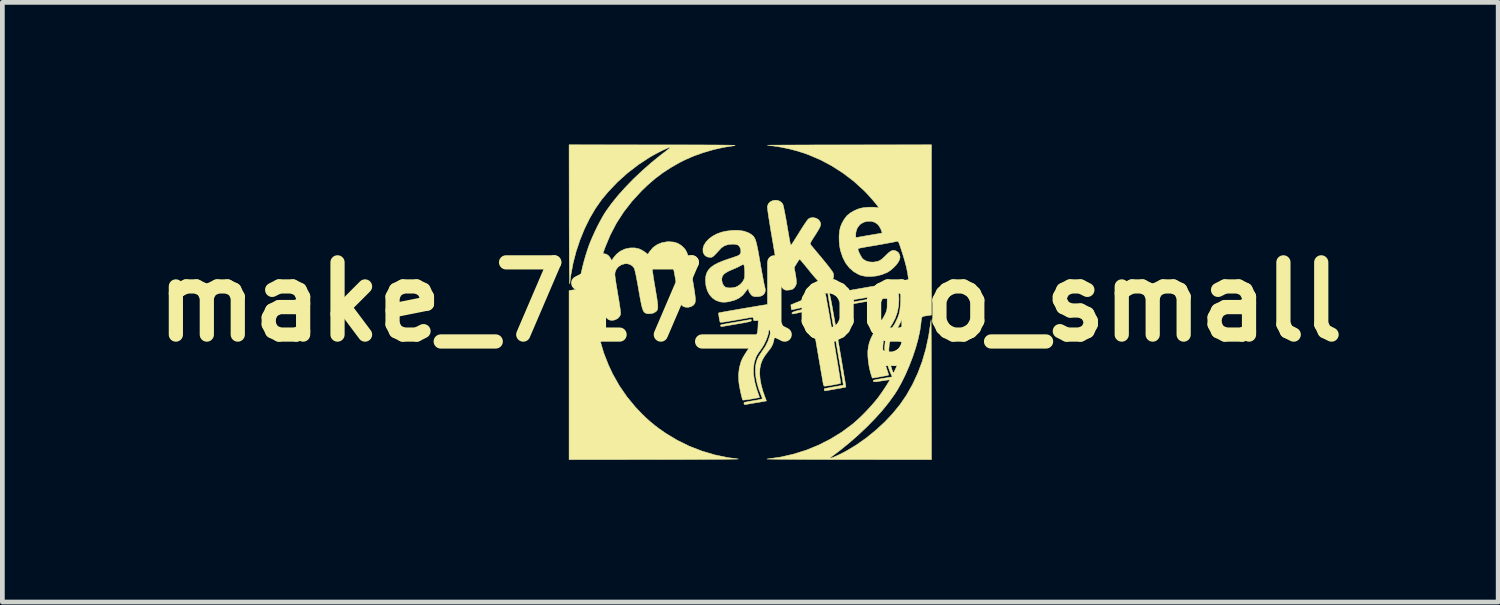
<source format=kicad_pcb>
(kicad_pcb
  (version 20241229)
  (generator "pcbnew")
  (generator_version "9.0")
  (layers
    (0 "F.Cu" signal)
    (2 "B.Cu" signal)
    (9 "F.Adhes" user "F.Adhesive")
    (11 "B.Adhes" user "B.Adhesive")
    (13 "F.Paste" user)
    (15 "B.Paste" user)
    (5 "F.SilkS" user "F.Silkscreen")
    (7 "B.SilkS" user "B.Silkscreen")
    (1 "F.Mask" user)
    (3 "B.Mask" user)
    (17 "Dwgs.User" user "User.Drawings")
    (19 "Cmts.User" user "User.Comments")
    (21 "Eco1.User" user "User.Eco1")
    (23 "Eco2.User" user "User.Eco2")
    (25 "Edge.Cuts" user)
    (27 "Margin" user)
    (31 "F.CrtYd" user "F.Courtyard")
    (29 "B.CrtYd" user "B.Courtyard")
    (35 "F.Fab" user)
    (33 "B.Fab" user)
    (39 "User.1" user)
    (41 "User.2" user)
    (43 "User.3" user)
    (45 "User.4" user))
  (footprint "make_717_logo_small"
    (layer "F.Cu")
    (at 12.78 3.32)
    (property "Reference" "make_717_logo_small" (at 0 0 0) (layer "F.SilkS") (effects (font (size 1.524 1.524) (thickness 0.3))))
    (attr through_hole)
    (fp_poly (pts (xy 1.171 0.163) (xy 1.18 0.179) (xy 1.178 0.185) (xy 1.163 0.191) (xy 1.129 0.201) (xy 1.084 0.213) (xy 1.032 0.226) (xy 0.98 0.238) (xy 0.936 0.247) (xy 0.904 0.253) (xy 0.893 0.254) (xy 0.879 0.244) (xy 0.879 0.232) (xy 0.892 0.22) (xy 0.925 0.205) (xy 0.971 0.191) (xy 1.023 0.177) (xy 1.075 0.166) (xy 1.121 0.159) (xy 1.156 0.158) (xy 1.171 0.163)) (stroke (width 0.01) (type solid)) (fill yes) (layer "F.SilkS"))
    (fp_poly (pts (xy 0.025 0.388) (xy 0.025 0.39) (xy 0.023 0.397) (xy 0.015 0.405) (xy -0.003 0.412) (xy -0.032 0.42) (xy -0.076 0.429) (xy -0.137 0.441) (xy -0.219 0.455) (xy -0.289 0.467) (xy -0.375 0.482) (xy -0.453 0.495) (xy -0.519 0.506) (xy -0.57 0.515) (xy -0.602 0.52) (xy -0.611 0.521) (xy -0.623 0.511) (xy -0.627 0.502) (xy -0.629 0.496) (xy -0.629 0.491) (xy -0.624 0.487) (xy -0.612 0.482) (xy -0.589 0.476) (xy -0.553 0.469) (xy -0.502 0.46) (xy -0.431 0.447) (xy -0.34 0.432) (xy -0.298 0.425) (xy -0.218 0.411) (xy -0.144 0.398) (xy -0.081 0.387) (xy -0.034 0.379) (xy -0.007 0.373) (xy -0.003 0.372) (xy 0.019 0.372) (xy 0.025 0.388)) (stroke (width 0.01) (type solid)) (fill yes) (layer "F.SilkS"))
    (fp_poly (pts (xy 2.756 -0.091) (xy 2.756 -0.083) (xy 2.756 -0.076) (xy 2.753 -0.07) (xy 2.746 -0.065) (xy 2.73 -0.06) (xy 2.703 -0.053) (xy 2.663 -0.046) (xy 2.607 -0.035) (xy 2.531 -0.022) (xy 2.433 -0.006) (xy 2.432 -0.006) (xy 2.351 0.008) (xy 2.278 0.021) (xy 2.216 0.032) (xy 2.169 0.04) (xy 2.142 0.045) (xy 2.138 0.046) (xy 2.113 0.046) (xy 2.102 0.038) (xy 2.098 0.021) (xy 2.1 0.017) (xy 2.113 0.014) (xy 2.146 0.007) (xy 2.197 -0.003) (xy 2.261 -0.015) (xy 2.334 -0.028) (xy 2.411 -0.042) (xy 2.49 -0.057) (xy 2.565 -0.07) (xy 2.632 -0.082) (xy 2.689 -0.092) (xy 2.73 -0.098) (xy 2.751 -0.101) (xy 2.753 -0.102) (xy 2.756 -0.091)) (stroke (width 0.01) (type solid)) (fill yes) (layer "F.SilkS"))
    (fp_poly (pts (xy 1.664 -0.184) (xy 1.669 -0.173) (xy 1.676 -0.153) (xy 1.683 -0.123) (xy 1.693 -0.081) (xy 1.704 -0.025) (xy 1.718 0.045) (xy 1.734 0.132) (xy 1.752 0.237) (xy 1.774 0.361) (xy 1.8 0.506) (xy 1.829 0.674) (xy 1.851 0.804) (xy 1.878 0.959) (xy 1.903 1.107) (xy 1.927 1.245) (xy 1.948 1.372) (xy 1.967 1.487) (xy 1.984 1.586) (xy 1.998 1.668) (xy 2.008 1.732) (xy 2.015 1.775) (xy 2.017 1.795) (xy 2.017 1.797) (xy 2.004 1.8) (xy 1.97 1.807) (xy 1.92 1.817) (xy 1.858 1.828) (xy 1.822 1.834) (xy 1.753 1.846) (xy 1.69 1.857) (xy 1.639 1.866) (xy 1.605 1.873) (xy 1.597 1.874) (xy 1.572 1.877) (xy 1.563 1.865) (xy 1.562 1.855) (xy 1.563 1.834) (xy 1.565 1.828) (xy 1.578 1.826) (xy 1.612 1.82) (xy 1.662 1.811) (xy 1.724 1.799) (xy 1.765 1.792) (xy 1.962 1.757) (xy 1.958 1.72) (xy 1.955 1.701) (xy 1.949 1.66) (xy 1.938 1.598) (xy 1.924 1.517) (xy 1.908 1.419) (xy 1.889 1.307) (xy 1.867 1.182) (xy 1.844 1.046) (xy 1.819 0.902) (xy 1.796 0.768) (xy 1.77 0.619) (xy 1.746 0.476) (xy 1.723 0.343) (xy 1.702 0.22) (xy 1.684 0.111) (xy 1.668 0.017) (xy 1.655 -0.061) (xy 1.646 -0.119) (xy 1.64 -0.156) (xy 1.638 -0.169) (xy 1.647 -0.187) (xy 1.66 -0.188) (xy 1.664 -0.184)) (stroke (width 0.01) (type solid)) (fill yes) (layer "F.SilkS"))
    (fp_poly (pts (xy 1.584 -0.173) (xy 1.588 -0.159) (xy 1.596 -0.122) (xy 1.606 -0.065) (xy 1.62 0.009) (xy 1.636 0.099) (xy 1.655 0.203) (xy 1.675 0.317) (xy 1.696 0.439) (xy 1.719 0.567) (xy 1.741 0.699) (xy 1.764 0.833) (xy 1.787 0.965) (xy 1.808 1.094) (xy 1.829 1.217) (xy 1.848 1.332) (xy 1.865 1.436) (xy 1.88 1.528) (xy 1.892 1.604) (xy 1.901 1.662) (xy 1.906 1.701) (xy 1.907 1.717) (xy 1.907 1.717) (xy 1.892 1.722) (xy 1.858 1.73) (xy 1.811 1.739) (xy 1.756 1.75) (xy 1.699 1.76) (xy 1.645 1.769) (xy 1.602 1.775) (xy 1.574 1.778) (xy 1.57 1.778) (xy 1.552 1.767) (xy 1.543 1.749) (xy 1.54 1.732) (xy 1.533 1.692) (xy 1.522 1.631) (xy 1.509 1.552) (xy 1.492 1.458) (xy 1.474 1.349) (xy 1.453 1.23) (xy 1.431 1.101) (xy 1.41 0.978) (xy 1.387 0.843) (xy 1.365 0.715) (xy 1.345 0.596) (xy 1.326 0.489) (xy 1.31 0.396) (xy 1.296 0.319) (xy 1.286 0.26) (xy 1.279 0.221) (xy 1.276 0.206) (xy 1.261 0.183) (xy 1.246 0.178) (xy 1.226 0.169) (xy 1.215 0.139) (xy 1.214 0.135) (xy 1.206 0.093) (xy 1.041 0.13) (xy 0.979 0.144) (xy 0.928 0.155) (xy 0.89 0.162) (xy 0.872 0.164) (xy 0.87 0.163) (xy 0.866 0.149) (xy 0.862 0.119) (xy 0.861 0.11) (xy 0.857 0.061) (xy 1.104 -0.041) (xy 1.211 -0.083) (xy 1.299 -0.116) (xy 1.371 -0.139) (xy 1.433 -0.155) (xy 1.464 -0.161) (xy 1.515 -0.169) (xy 1.555 -0.173) (xy 1.58 -0.174) (xy 1.584 -0.173)) (stroke (width 0.01) (type solid)) (fill yes) (layer "F.SilkS"))
    (fp_poly (pts (xy 0.515 0.169) (xy 0.531 0.307) (xy 0.537 0.448) (xy 0.533 0.585) (xy 0.518 0.709) (xy 0.511 0.749) (xy 0.495 0.819) (xy 0.481 0.872) (xy 0.464 0.914) (xy 0.443 0.954) (xy 0.413 0.997) (xy 0.37 1.052) (xy 0.363 1.061) (xy 0.302 1.144) (xy 0.258 1.219) (xy 0.228 1.294) (xy 0.209 1.375) (xy 0.203 1.409) (xy 0.198 1.509) (xy 0.207 1.625) (xy 0.23 1.751) (xy 0.266 1.883) (xy 0.311 2.009) (xy 0.327 2.049) (xy 0.337 2.078) (xy 0.34 2.089) (xy 0.327 2.092) (xy 0.293 2.098) (xy 0.242 2.107) (xy 0.179 2.118) (xy 0.127 2.126) (xy 0.056 2.138) (xy -0.008 2.149) (xy -0.059 2.158) (xy -0.092 2.164) (xy -0.103 2.167) (xy -0.125 2.162) (xy -0.132 2.151) (xy -0.133 2.129) (xy -0.128 2.121) (xy -0.111 2.117) (xy -0.074 2.109) (xy -0.022 2.099) (xy 0.041 2.088) (xy 0.07 2.084) (xy 0.154 2.069) (xy 0.212 2.056) (xy 0.246 2.046) (xy 0.254 2.038) (xy 0.249 2.019) (xy 0.236 1.985) (xy 0.222 1.95) (xy 0.177 1.834) (xy 0.143 1.713) (xy 0.119 1.592) (xy 0.108 1.477) (xy 0.11 1.376) (xy 0.113 1.346) (xy 0.128 1.274) (xy 0.148 1.211) (xy 0.178 1.15) (xy 0.221 1.083) (xy 0.247 1.045) (xy 0.322 0.933) (xy 0.376 0.822) (xy 0.414 0.707) (xy 0.436 0.582) (xy 0.444 0.441) (xy 0.444 0.413) (xy 0.442 0.339) (xy 0.438 0.262) (xy 0.432 0.193) (xy 0.426 0.146) (xy 0.419 0.099) (xy 0.413 0.063) (xy 0.411 0.044) (xy 0.411 0.043) (xy 0.423 0.04) (xy 0.451 0.035) (xy 0.453 0.034) (xy 0.492 0.027) (xy 0.515 0.169)) (stroke (width 0.01) (type solid)) (fill yes) (layer "F.SilkS"))
    (fp_poly (pts (xy 3.1 -0.398) (xy 3.106 -0.363) (xy 3.113 -0.314) (xy 3.12 -0.256) (xy 3.127 -0.194) (xy 3.132 -0.136) (xy 3.135 -0.085) (xy 3.136 -0.051) (xy 3.128 0.09) (xy 3.102 0.22) (xy 3.058 0.344) (xy 2.993 0.469) (xy 2.914 0.586) (xy 2.864 0.664) (xy 2.829 0.743) (xy 2.808 0.83) (xy 2.798 0.933) (xy 2.798 1.056) (xy 2.814 1.179) (xy 2.845 1.309) (xy 2.878 1.411) (xy 2.896 1.464) (xy 2.91 1.507) (xy 2.917 1.535) (xy 2.918 1.544) (xy 2.904 1.548) (xy 2.87 1.556) (xy 2.82 1.565) (xy 2.759 1.576) (xy 2.744 1.579) (xy 2.576 1.608) (xy 2.564 1.578) (xy 2.534 1.482) (xy 2.509 1.373) (xy 2.491 1.258) (xy 2.481 1.147) (xy 2.48 1.048) (xy 2.481 1.031) (xy 2.492 0.944) (xy 2.511 0.862) (xy 2.54 0.782) (xy 2.581 0.697) (xy 2.637 0.603) (xy 2.677 0.541) (xy 2.722 0.473) (xy 2.765 0.404) (xy 2.803 0.34) (xy 2.832 0.288) (xy 2.842 0.267) (xy 2.864 0.219) (xy 2.877 0.18) (xy 2.885 0.141) (xy 2.888 0.093) (xy 2.888 0.051) (xy 2.889 -0.07) (xy 2.842 -0.07) (xy 2.81 -0.072) (xy 2.797 -0.081) (xy 2.794 -0.105) (xy 2.794 -0.113) (xy 2.792 -0.141) (xy 2.782 -0.15) (xy 2.765 -0.148) (xy 2.74 -0.143) (xy 2.695 -0.135) (xy 2.635 -0.124) (xy 2.564 -0.112) (xy 2.487 -0.098) (xy 2.407 -0.085) (xy 2.328 -0.072) (xy 2.256 -0.06) (xy 2.194 -0.05) (xy 2.147 -0.043) (xy 2.118 -0.039) (xy 2.112 -0.038) (xy 2.099 -0.042) (xy 2.089 -0.057) (xy 2.08 -0.087) (xy 2.072 -0.134) (xy 2.064 -0.181) (xy 2.06 -0.216) (xy 2.059 -0.234) (xy 2.06 -0.235) (xy 2.073 -0.238) (xy 2.107 -0.245) (xy 2.161 -0.255) (xy 2.23 -0.267) (xy 2.311 -0.281) (xy 2.401 -0.297) (xy 2.497 -0.314) (xy 2.595 -0.331) (xy 2.693 -0.348) (xy 2.787 -0.364) (xy 2.874 -0.378) (xy 2.951 -0.391) (xy 3.015 -0.402) (xy 3.062 -0.409) (xy 3.09 -0.413) (xy 3.096 -0.414) (xy 3.1 -0.398)) (stroke (width 0.01) (type solid)) (fill yes) (layer "F.SilkS"))
    (fp_poly (pts (xy 0.368 0.069) (xy 0.374 0.102) (xy 0.382 0.149) (xy 0.389 0.192) (xy 0.399 0.288) (xy 0.403 0.393) (xy 0.401 0.497) (xy 0.393 0.594) (xy 0.379 0.676) (xy 0.375 0.692) (xy 0.339 0.795) (xy 0.289 0.9) (xy 0.23 0.995) (xy 0.209 1.023) (xy 0.174 1.071) (xy 0.141 1.123) (xy 0.12 1.164) (xy 0.084 1.273) (xy 0.067 1.396) (xy 0.069 1.531) (xy 0.091 1.676) (xy 0.131 1.828) (xy 0.164 1.924) (xy 0.18 1.968) (xy 0.19 2.001) (xy 0.193 2.018) (xy 0.193 2.019) (xy 0.178 2.022) (xy 0.143 2.027) (xy 0.092 2.036) (xy 0.031 2.047) (xy 0.016 2.05) (xy -0.047 2.06) (xy -0.099 2.067) (xy -0.138 2.071) (xy -0.157 2.071) (xy -0.159 2.07) (xy -0.168 2.047) (xy -0.18 2.004) (xy -0.194 1.947) (xy -0.208 1.883) (xy -0.221 1.816) (xy -0.233 1.753) (xy -0.24 1.7) (xy -0.241 1.695) (xy -0.248 1.539) (xy -0.232 1.395) (xy -0.195 1.262) (xy -0.166 1.195) (xy -0.145 1.157) (xy -0.113 1.105) (xy -0.075 1.045) (xy -0.035 0.984) (xy -0.031 0.978) (xy 0.011 0.914) (xy 0.051 0.848) (xy 0.087 0.787) (xy 0.112 0.738) (xy 0.113 0.737) (xy 0.135 0.688) (xy 0.149 0.648) (xy 0.157 0.606) (xy 0.161 0.553) (xy 0.163 0.517) (xy 0.168 0.391) (xy 0.119 0.396) (xy 0.087 0.397) (xy 0.072 0.39) (xy 0.067 0.368) (xy 0.066 0.359) (xy 0.061 0.332) (xy 0.048 0.323) (xy 0.028 0.325) (xy 0.006 0.329) (xy -0.037 0.336) (xy -0.097 0.347) (xy -0.171 0.36) (xy -0.254 0.374) (xy -0.321 0.386) (xy -0.418 0.402) (xy -0.492 0.415) (xy -0.548 0.423) (xy -0.587 0.429) (xy -0.613 0.43) (xy -0.628 0.429) (xy -0.637 0.425) (xy -0.64 0.418) (xy -0.641 0.414) (xy -0.651 0.367) (xy -0.659 0.32) (xy -0.665 0.276) (xy -0.669 0.245) (xy -0.668 0.232) (xy -0.655 0.229) (xy -0.62 0.222) (xy -0.567 0.212) (xy -0.498 0.2) (xy -0.417 0.185) (xy -0.326 0.17) (xy -0.231 0.153) (xy -0.132 0.136) (xy -0.035 0.12) (xy 0.059 0.104) (xy 0.146 0.089) (xy 0.223 0.076) (xy 0.286 0.066) (xy 0.332 0.059) (xy 0.359 0.055) (xy 0.364 0.055) (xy 0.368 0.069)) (stroke (width 0.01) (type solid)) (fill yes) (layer "F.SilkS"))
    (fp_poly (pts (xy 0.577 -2.142) (xy 0.628 -2.122) (xy 0.67 -2.086) (xy 0.689 -2.056) (xy 0.696 -2.033) (xy 0.706 -1.988) (xy 0.719 -1.925) (xy 0.734 -1.848) (xy 0.751 -1.76) (xy 0.768 -1.663) (xy 0.774 -1.626) (xy 0.794 -1.509) (xy 0.81 -1.415) (xy 0.823 -1.342) (xy 0.833 -1.286) (xy 0.841 -1.247) (xy 0.847 -1.221) (xy 0.852 -1.206) (xy 0.857 -1.2) (xy 0.861 -1.2) (xy 0.866 -1.205) (xy 0.869 -1.208) (xy 0.88 -1.224) (xy 0.902 -1.257) (xy 0.933 -1.306) (xy 0.972 -1.367) (xy 1.015 -1.436) (xy 1.04 -1.476) (xy 1.086 -1.549) (xy 1.129 -1.616) (xy 1.168 -1.673) (xy 1.199 -1.718) (xy 1.221 -1.745) (xy 1.228 -1.752) (xy 1.275 -1.774) (xy 1.33 -1.779) (xy 1.385 -1.767) (xy 1.433 -1.741) (xy 1.467 -1.702) (xy 1.479 -1.675) (xy 1.485 -1.649) (xy 1.484 -1.621) (xy 1.473 -1.588) (xy 1.453 -1.546) (xy 1.421 -1.492) (xy 1.377 -1.421) (xy 1.355 -1.387) (xy 1.316 -1.326) (xy 1.289 -1.282) (xy 1.273 -1.252) (xy 1.266 -1.231) (xy 1.267 -1.218) (xy 1.272 -1.21) (xy 1.284 -1.194) (xy 1.311 -1.162) (xy 1.349 -1.116) (xy 1.396 -1.059) (xy 1.451 -0.994) (xy 1.511 -0.922) (xy 1.513 -0.92) (xy 1.579 -0.839) (xy 1.638 -0.766) (xy 1.686 -0.703) (xy 1.723 -0.653) (xy 1.745 -0.619) (xy 1.752 -0.605) (xy 1.76 -0.544) (xy 1.746 -0.487) (xy 1.714 -0.439) (xy 1.665 -0.403) (xy 1.604 -0.383) (xy 1.573 -0.381) (xy 1.54 -0.383) (xy 1.51 -0.392) (xy 1.478 -0.408) (xy 1.443 -0.435) (xy 1.403 -0.474) (xy 1.355 -0.527) (xy 1.296 -0.597) (xy 1.239 -0.667) (xy 1.186 -0.733) (xy 1.138 -0.791) (xy 1.097 -0.84) (xy 1.066 -0.877) (xy 1.047 -0.898) (xy 1.042 -0.902) (xy 1.032 -0.892) (xy 1.013 -0.865) (xy 0.988 -0.827) (xy 0.981 -0.815) (xy 0.927 -0.728) (xy 0.954 -0.583) (xy 0.964 -0.52) (xy 0.971 -0.461) (xy 0.974 -0.414) (xy 0.974 -0.389) (xy 0.956 -0.338) (xy 0.922 -0.292) (xy 0.889 -0.267) (xy 0.858 -0.257) (xy 0.814 -0.25) (xy 0.77 -0.248) (xy 0.741 -0.25) (xy 0.705 -0.268) (xy 0.669 -0.302) (xy 0.642 -0.344) (xy 0.636 -0.36) (xy 0.632 -0.379) (xy 0.624 -0.421) (xy 0.612 -0.484) (xy 0.597 -0.565) (xy 0.58 -0.662) (xy 0.56 -0.773) (xy 0.539 -0.895) (xy 0.516 -1.026) (xy 0.492 -1.164) (xy 0.489 -1.185) (xy 0.458 -1.366) (xy 0.431 -1.523) (xy 0.41 -1.656) (xy 0.392 -1.768) (xy 0.378 -1.858) (xy 0.369 -1.927) (xy 0.363 -1.977) (xy 0.361 -2.009) (xy 0.362 -2.019) (xy 0.382 -2.071) (xy 0.419 -2.11) (xy 0.467 -2.135) (xy 0.522 -2.146) (xy 0.577 -2.142)) (stroke (width 0.01) (type solid)) (fill yes) (layer "F.SilkS"))
    (fp_poly (pts (xy -0.129 -1.492) (xy -0.035 -1.457) (xy -0.011 -1.444) (xy 0.02 -1.424) (xy 0.046 -1.405) (xy 0.068 -1.383) (xy 0.087 -1.356) (xy 0.104 -1.321) (xy 0.12 -1.275) (xy 0.135 -1.217) (xy 0.151 -1.144) (xy 0.169 -1.052) (xy 0.189 -0.939) (xy 0.205 -0.849) (xy 0.223 -0.744) (xy 0.241 -0.644) (xy 0.258 -0.553) (xy 0.273 -0.474) (xy 0.285 -0.41) (xy 0.294 -0.366) (xy 0.299 -0.347) (xy 0.315 -0.277) (xy 0.316 -0.224) (xy 0.302 -0.183) (xy 0.272 -0.149) (xy 0.252 -0.135) (xy 0.213 -0.119) (xy 0.16 -0.112) (xy 0.105 -0.112) (xy 0.059 -0.12) (xy 0.047 -0.126) (xy 0.02 -0.149) (xy -0.007 -0.185) (xy -0.029 -0.224) (xy -0.038 -0.257) (xy -0.038 -0.259) (xy -0.042 -0.277) (xy -0.056 -0.273) (xy -0.078 -0.245) (xy -0.093 -0.223) (xy -0.158 -0.142) (xy -0.24 -0.079) (xy -0.341 -0.033) (xy -0.46 -0.003) (xy -0.521 0.005) (xy -0.571 0.006) (xy -0.623 0.001) (xy -0.632 -0.000224) (xy -0.722 -0.031) (xy -0.798 -0.082) (xy -0.86 -0.152) (xy -0.906 -0.238) (xy -0.935 -0.339) (xy -0.945 -0.454) (xy -0.945 -0.457) (xy -0.944 -0.465) (xy -0.602 -0.465) (xy -0.591 -0.402) (xy -0.565 -0.349) (xy -0.526 -0.312) (xy -0.524 -0.311) (xy -0.483 -0.299) (xy -0.427 -0.295) (xy -0.366 -0.3) (xy -0.307 -0.313) (xy -0.272 -0.328) (xy -0.211 -0.37) (xy -0.16 -0.426) (xy -0.128 -0.487) (xy -0.127 -0.49) (xy -0.12 -0.526) (xy -0.117 -0.577) (xy -0.117 -0.637) (xy -0.121 -0.697) (xy -0.126 -0.747) (xy -0.134 -0.777) (xy -0.141 -0.788) (xy -0.153 -0.789) (xy -0.177 -0.779) (xy -0.208 -0.763) (xy -0.252 -0.74) (xy -0.309 -0.713) (xy -0.367 -0.688) (xy -0.375 -0.685) (xy -0.459 -0.648) (xy -0.52 -0.613) (xy -0.563 -0.579) (xy -0.589 -0.542) (xy -0.6 -0.499) (xy -0.602 -0.465) (xy -0.944 -0.465) (xy -0.939 -0.538) (xy -0.92 -0.608) (xy -0.886 -0.67) (xy -0.836 -0.725) (xy -0.767 -0.776) (xy -0.678 -0.823) (xy -0.566 -0.869) (xy -0.472 -0.902) (xy -0.404 -0.924) (xy -0.343 -0.945) (xy -0.293 -0.963) (xy -0.259 -0.975) (xy -0.25 -0.979) (xy -0.214 -1.008) (xy -0.198 -1.051) (xy -0.202 -1.106) (xy -0.205 -1.117) (xy -0.225 -1.166) (xy -0.256 -1.197) (xy -0.301 -1.214) (xy -0.365 -1.219) (xy -0.368 -1.219) (xy -0.464 -1.211) (xy -0.544 -1.185) (xy -0.609 -1.141) (xy -0.624 -1.125) (xy -0.682 -1.062) (xy -0.726 -1.015) (xy -0.758 -0.982) (xy -0.782 -0.961) (xy -0.801 -0.948) (xy -0.817 -0.942) (xy -0.834 -0.94) (xy -0.854 -0.94) (xy -0.913 -0.951) (xy -0.96 -0.984) (xy -0.99 -1.033) (xy -0.997 -1.059) (xy -0.998 -1.128) (xy -0.976 -1.198) (xy -0.933 -1.266) (xy -0.873 -1.329) (xy -0.797 -1.386) (xy -0.708 -1.434) (xy -0.608 -1.471) (xy -0.516 -1.492) (xy -0.369 -1.51) (xy -0.241 -1.51) (xy -0.129 -1.492)) (stroke (width 0.01) (type solid)) (fill yes) (layer "F.SilkS"))
    (fp_poly (pts (xy -2.016 -3.313) (xy -1.765 -3.313) (xy -1.537 -3.313) (xy -1.333 -3.313) (xy -1.152 -3.312) (xy -0.991 -3.312) (xy -0.851 -3.311) (xy -0.73 -3.311) (xy -0.626 -3.31) (xy -0.54 -3.309) (xy -0.47 -3.308) (xy -0.414 -3.307) (xy -0.373 -3.306) (xy -0.344 -3.304) (xy -0.327 -3.303) (xy -0.32 -3.301) (xy -0.324 -3.299) (xy -0.335 -3.297) (xy -0.346 -3.295) (xy -0.557 -3.262) (xy -0.772 -3.214) (xy -0.986 -3.152) (xy -1.191 -3.079) (xy -1.382 -2.996) (xy -1.486 -2.944) (xy -1.676 -2.835) (xy -1.848 -2.723) (xy -2.009 -2.602) (xy -2.165 -2.467) (xy -2.293 -2.344) (xy -2.493 -2.127) (xy -2.67 -1.9) (xy -2.824 -1.662) (xy -2.954 -1.413) (xy -3.062 -1.154) (xy -3.072 -1.127) (xy -3.111 -1.016) (xy -3.075 -1.016) (xy -3.03 -1.004) (xy -2.986 -0.971) (xy -2.95 -0.922) (xy -2.948 -0.917) (xy -2.924 -0.872) (xy -2.892 -0.922) (xy -2.823 -1.006) (xy -2.739 -1.072) (xy -2.642 -1.117) (xy -2.534 -1.139) (xy -2.53 -1.139) (xy -2.433 -1.139) (xy -2.348 -1.121) (xy -2.27 -1.083) (xy -2.236 -1.06) (xy -2.162 -1.005) (xy -2.115 -1.073) (xy -2.047 -1.151) (xy -1.962 -1.21) (xy -1.864 -1.25) (xy -1.755 -1.269) (xy -1.715 -1.27) (xy -1.618 -1.263) (xy -1.536 -1.239) (xy -1.465 -1.197) (xy -1.437 -1.174) (xy -1.408 -1.147) (xy -1.384 -1.12) (xy -1.363 -1.091) (xy -1.344 -1.056) (xy -1.327 -1.014) (xy -1.311 -0.96) (xy -1.295 -0.894) (xy -1.278 -0.811) (xy -1.259 -0.71) (xy -1.237 -0.586) (xy -1.231 -0.55) (xy -1.209 -0.419) (xy -1.191 -0.311) (xy -1.177 -0.223) (xy -1.167 -0.152) (xy -1.161 -0.096) (xy -1.158 -0.053) (xy -1.159 -0.02) (xy -1.163 0.006) (xy -1.169 0.027) (xy -1.174 0.037) (xy -1.207 0.075) (xy -1.255 0.101) (xy -1.312 0.114) (xy -1.369 0.111) (xy -1.419 0.093) (xy -1.432 0.083) (xy -1.462 0.052) (xy -1.483 0.019) (xy -1.484 0.016) (xy -1.49 -0.005) (xy -1.499 -0.047) (xy -1.511 -0.108) (xy -1.526 -0.184) (xy -1.542 -0.272) (xy -1.559 -0.368) (xy -1.567 -0.415) (xy -1.591 -0.552) (xy -1.612 -0.663) (xy -1.63 -0.749) (xy -1.645 -0.81) (xy -1.656 -0.846) (xy -1.66 -0.853) (xy -1.702 -0.902) (xy -1.758 -0.932) (xy -1.824 -0.944) (xy -1.894 -0.935) (xy -1.952 -0.912) (xy -2.009 -0.869) (xy -2.049 -0.811) (xy -2.069 -0.741) (xy -2.07 -0.715) (xy -2.068 -0.688) (xy -2.062 -0.641) (xy -2.052 -0.575) (xy -2.04 -0.496) (xy -2.026 -0.406) (xy -2.009 -0.31) (xy -2.005 -0.284) (xy -1.985 -0.166) (xy -1.969 -0.071) (xy -1.959 0.005) (xy -1.952 0.065) (xy -1.951 0.11) (xy -1.954 0.144) (xy -1.962 0.169) (xy -1.975 0.189) (xy -1.992 0.205) (xy -2.006 0.215) (xy -2.054 0.239) (xy -2.112 0.25) (xy -2.169 0.249) (xy -2.197 0.241) (xy -2.217 0.232) (xy -2.235 0.218) (xy -2.25 0.199) (xy -2.264 0.172) (xy -2.277 0.134) (xy -2.291 0.083) (xy -2.305 0.016) (xy -2.322 -0.07) (xy -2.341 -0.176) (xy -2.356 -0.261) (xy -2.375 -0.373) (xy -2.394 -0.473) (xy -2.411 -0.56) (xy -2.426 -0.63) (xy -2.439 -0.68) (xy -2.448 -0.708) (xy -2.448 -0.71) (xy -2.486 -0.758) (xy -2.539 -0.791) (xy -2.601 -0.807) (xy -2.642 -0.806) (xy -2.717 -0.785) (xy -2.78 -0.745) (xy -2.826 -0.691) (xy -2.852 -0.626) (xy -2.857 -0.578) (xy -2.855 -0.553) (xy -2.849 -0.507) (xy -2.84 -0.443) (xy -2.828 -0.364) (xy -2.813 -0.276) (xy -2.797 -0.18) (xy -2.793 -0.155) (xy -2.773 -0.037) (xy -2.757 0.064) (xy -2.745 0.146) (xy -2.738 0.208) (xy -2.735 0.248) (xy -2.736 0.261) (xy -2.757 0.307) (xy -2.796 0.348) (xy -2.848 0.376) (xy -2.886 0.386) (xy -2.947 0.388) (xy -2.995 0.371) (xy -3.038 0.332) (xy -3.039 0.331) (xy -3.048 0.319) (xy -3.057 0.307) (xy -3.064 0.292) (xy -3.072 0.271) (xy -3.079 0.242) (xy -3.088 0.203) (xy -3.099 0.15) (xy -3.111 0.081) (xy -3.127 -0.007) (xy -3.145 -0.115) (xy -3.156 -0.177) (xy -3.171 -0.266) (xy -3.186 -0.347) (xy -3.198 -0.416) (xy -3.208 -0.469) (xy -3.216 -0.505) (xy -3.219 -0.518) (xy -3.219 -0.518) (xy -3.227 -0.514) (xy -3.234 -0.487) (xy -3.241 -0.441) (xy -3.248 -0.379) (xy -3.254 -0.304) (xy -3.259 -0.22) (xy -3.262 -0.129) (xy -3.264 -0.035) (xy -3.264 0.000077) (xy -3.254 0.284) (xy -3.222 0.556) (xy -3.168 0.82) (xy -3.092 1.077) (xy -2.992 1.332) (xy -2.902 1.523) (xy -2.763 1.769) (xy -2.604 2) (xy -2.423 2.22) (xy -2.299 2.35) (xy -2.202 2.445) (xy -2.111 2.527) (xy -2.02 2.602) (xy -1.922 2.676) (xy -1.81 2.754) (xy -1.778 2.776) (xy -1.54 2.919) (xy -1.289 3.043) (xy -1.026 3.145) (xy -0.755 3.226) (xy -0.479 3.284) (xy -0.254 3.314) (xy -0.254 3.315) (xy -0.277 3.316) (xy -0.324 3.317) (xy -0.392 3.318) (xy -0.481 3.319) (xy -0.589 3.321) (xy -0.715 3.321) (xy -0.857 3.322) (xy -1.015 3.323) (xy -1.187 3.324) (xy -1.372 3.325) (xy -1.569 3.325) (xy -1.776 3.325) (xy -1.984 3.326) (xy -3.823 3.327) (xy -3.823 -0.239) (xy -3.731 -0.254) (xy -3.674 -0.263) (xy -3.638 -0.271) (xy -3.618 -0.28) (xy -3.609 -0.294) (xy -3.607 -0.316) (xy -3.607 -0.335) (xy -3.602 -0.407) (xy -3.589 -0.498) (xy -3.569 -0.604) (xy -3.543 -0.72) (xy -3.512 -0.843) (xy -3.477 -0.966) (xy -3.439 -1.087) (xy -3.4 -1.2) (xy -3.385 -1.239) (xy -3.335 -1.358) (xy -3.279 -1.482) (xy -3.219 -1.606) (xy -3.157 -1.723) (xy -3.098 -1.828) (xy -3.05 -1.905) (xy -2.931 -2.071) (xy -2.792 -2.243) (xy -2.634 -2.419) (xy -2.463 -2.595) (xy -2.279 -2.769) (xy -2.087 -2.938) (xy -1.888 -3.099) (xy -1.807 -3.161) (xy -1.76 -3.197) (xy -1.722 -3.228) (xy -1.697 -3.25) (xy -1.689 -3.261) (xy -1.69 -3.262) (xy -1.709 -3.259) (xy -1.746 -3.245) (xy -1.797 -3.223) (xy -1.859 -3.194) (xy -1.928 -3.159) (xy -1.999 -3.122) (xy -2.069 -3.083) (xy -2.122 -3.053) (xy -2.361 -2.896) (xy -2.59 -2.72) (xy -2.806 -2.526) (xy -3.003 -2.318) (xy -3.139 -2.155) (xy -3.269 -1.969) (xy -3.389 -1.764) (xy -3.498 -1.542) (xy -3.593 -1.308) (xy -3.674 -1.066) (xy -3.738 -0.819) (xy -3.785 -0.571) (xy -3.808 -0.387) (xy -3.81 -0.382) (xy -3.812 -0.402) (xy -3.813 -0.445) (xy -3.814 -0.512) (xy -3.816 -0.602) (xy -3.817 -0.713) (xy -3.818 -0.846) (xy -3.819 -0.999) (xy -3.82 -1.172) (xy -3.82 -1.364) (xy -3.821 -1.574) (xy -3.821 -1.794) (xy -3.823 -3.315) (xy -2.016 -3.313)) (stroke (width 0.01) (type solid)) (fill yes) (layer "F.SilkS"))
    (fp_poly (pts (xy 3.823 0.276) (xy 3.721 0.292) (xy 3.678 0.299) (xy 3.648 0.305) (xy 3.629 0.316) (xy 3.617 0.336) (xy 3.61 0.37) (xy 3.604 0.421) (xy 3.6 0.464) (xy 3.577 0.621) (xy 3.539 0.793) (xy 3.488 0.974) (xy 3.426 1.161) (xy 3.354 1.347) (xy 3.276 1.529) (xy 3.191 1.701) (xy 3.103 1.859) (xy 3.045 1.949) (xy 2.927 2.114) (xy 2.789 2.285) (xy 2.633 2.459) (xy 2.462 2.634) (xy 2.28 2.806) (xy 2.089 2.973) (xy 1.893 3.132) (xy 1.829 3.181) (xy 1.779 3.218) (xy 1.737 3.25) (xy 1.706 3.273) (xy 1.691 3.284) (xy 1.69 3.285) (xy 1.691 3.296) (xy 1.692 3.296) (xy 1.706 3.295) (xy 1.739 3.283) (xy 1.786 3.264) (xy 1.843 3.238) (xy 1.905 3.209) (xy 1.969 3.176) (xy 2.026 3.146) (xy 2.24 3.017) (xy 2.449 2.87) (xy 2.649 2.707) (xy 2.837 2.534) (xy 3.009 2.351) (xy 3.162 2.163) (xy 3.293 1.972) (xy 3.296 1.967) (xy 3.424 1.741) (xy 3.534 1.505) (xy 3.627 1.259) (xy 3.703 0.999) (xy 3.763 0.722) (xy 3.808 0.428) (xy 3.815 0.375) (xy 3.815 0.382) (xy 3.816 0.413) (xy 3.816 0.467) (xy 3.817 0.542) (xy 3.817 0.636) (xy 3.818 0.748) (xy 3.819 0.876) (xy 3.819 1.018) (xy 3.82 1.175) (xy 3.82 1.343) (xy 3.82 1.521) (xy 3.821 1.708) (xy 3.821 1.832) (xy 3.823 3.327) (xy 2.035 3.326) (xy 1.822 3.325) (xy 1.617 3.325) (xy 1.424 3.324) (xy 1.242 3.324) (xy 1.074 3.323) (xy 0.92 3.322) (xy 0.782 3.321) (xy 0.661 3.32) (xy 0.558 3.319) (xy 0.474 3.318) (xy 0.411 3.317) (xy 0.37 3.316) (xy 0.353 3.315) (xy 0.356 3.314) (xy 0.635 3.275) (xy 0.911 3.212) (xy 1.182 3.127) (xy 1.444 3.02) (xy 1.695 2.892) (xy 1.934 2.745) (xy 2.157 2.579) (xy 2.184 2.556) (xy 2.276 2.475) (xy 2.374 2.381) (xy 2.473 2.279) (xy 2.567 2.176) (xy 2.651 2.078) (xy 2.701 2.015) (xy 2.738 1.963) (xy 2.779 1.906) (xy 2.819 1.846) (xy 2.858 1.788) (xy 2.892 1.734) (xy 2.919 1.69) (xy 2.937 1.659) (xy 2.943 1.644) (xy 2.943 1.643) (xy 2.929 1.644) (xy 2.896 1.648) (xy 2.847 1.655) (xy 2.788 1.665) (xy 2.777 1.666) (xy 2.706 1.677) (xy 2.657 1.684) (xy 2.625 1.685) (xy 2.606 1.682) (xy 2.6 1.678) (xy 2.593 1.668) (xy 2.595 1.659) (xy 2.609 1.651) (xy 2.638 1.643) (xy 2.686 1.633) (xy 2.753 1.621) (xy 2.803 1.613) (xy 2.869 1.602) (xy 2.925 1.593) (xy 2.967 1.586) (xy 2.99 1.582) (xy 2.994 1.581) (xy 2.991 1.57) (xy 2.979 1.542) (xy 2.967 1.517) (xy 2.934 1.437) (xy 2.902 1.343) (xy 2.873 1.242) (xy 2.852 1.145) (xy 2.842 1.087) (xy 2.834 0.962) (xy 2.845 0.85) (xy 2.877 0.745) (xy 2.93 0.642) (xy 2.978 0.571) (xy 3.054 0.454) (xy 3.112 0.332) (xy 3.137 0.26) (xy 3.153 0.192) (xy 3.164 0.106) (xy 3.171 0.008) (xy 3.173 -0.094) (xy 3.169 -0.194) (xy 3.16 -0.285) (xy 3.158 -0.298) (xy 3.151 -0.35) (xy 3.146 -0.392) (xy 3.145 -0.417) (xy 3.146 -0.422) (xy 3.161 -0.43) (xy 3.181 -0.432) (xy 3.194 -0.431) (xy 3.204 -0.426) (xy 3.212 -0.413) (xy 3.22 -0.39) (xy 3.227 -0.351) (xy 3.235 -0.295) (xy 3.246 -0.216) (xy 3.246 -0.216) (xy 3.26 -0.044) (xy 3.256 0.113) (xy 3.232 0.258) (xy 3.189 0.393) (xy 3.124 0.522) (xy 3.057 0.622) (xy 3.006 0.696) (xy 2.97 0.761) (xy 2.946 0.827) (xy 2.932 0.9) (xy 2.925 0.99) (xy 2.924 1.003) (xy 2.929 1.168) (xy 2.957 1.324) (xy 2.994 1.441) (xy 3.019 1.504) (xy 3.046 1.453) (xy 3.072 1.397) (xy 3.103 1.325) (xy 3.137 1.243) (xy 3.169 1.16) (xy 3.197 1.082) (xy 3.203 1.067) (xy 3.281 0.799) (xy 3.336 0.523) (xy 3.367 0.242) (xy 3.375 -0.042) (xy 3.359 -0.326) (xy 3.32 -0.607) (xy 3.295 -0.729) (xy 3.282 -0.78) (xy 3.265 -0.844) (xy 3.244 -0.917) (xy 3.221 -0.993) (xy 3.197 -1.068) (xy 3.174 -1.138) (xy 3.154 -1.198) (xy 3.137 -1.242) (xy 3.126 -1.267) (xy 3.126 -1.268) (xy 3.112 -1.278) (xy 3.087 -1.277) (xy 3.066 -1.272) (xy 3.04 -1.266) (xy 2.993 -1.257) (xy 2.929 -1.245) (xy 2.852 -1.231) (xy 2.765 -1.215) (xy 2.68 -1.2) (xy 2.568 -1.181) (xy 2.479 -1.166) (xy 2.41 -1.154) (xy 2.358 -1.144) (xy 2.321 -1.137) (xy 2.297 -1.131) (xy 2.282 -1.126) (xy 2.275 -1.121) (xy 2.273 -1.116) (xy 2.273 -1.11) (xy 2.273 -1.107) (xy 2.28 -1.079) (xy 2.297 -1.038) (xy 2.32 -0.991) (xy 2.345 -0.948) (xy 2.368 -0.914) (xy 2.377 -0.905) (xy 2.437 -0.866) (xy 2.512 -0.844) (xy 2.594 -0.839) (xy 2.679 -0.853) (xy 2.699 -0.859) (xy 2.737 -0.876) (xy 2.776 -0.903) (xy 2.822 -0.944) (xy 2.857 -0.978) (xy 2.912 -1.032) (xy 2.957 -1.067) (xy 2.996 -1.085) (xy 3.032 -1.088) (xy 3.07 -1.077) (xy 3.083 -1.071) (xy 3.121 -1.045) (xy 3.144 -1.008) (xy 3.149 -0.995) (xy 3.159 -0.961) (xy 3.159 -0.933) (xy 3.15 -0.898) (xy 3.144 -0.881) (xy 3.117 -0.831) (xy 3.074 -0.775) (xy 3.019 -0.719) (xy 2.96 -0.668) (xy 2.901 -0.628) (xy 2.883 -0.619) (xy 2.776 -0.576) (xy 2.663 -0.548) (xy 2.55 -0.536) (xy 2.442 -0.538) (xy 2.344 -0.557) (xy 2.292 -0.576) (xy 2.182 -0.639) (xy 2.089 -0.721) (xy 2.012 -0.821) (xy 1.951 -0.94) (xy 1.905 -1.079) (xy 1.902 -1.089) (xy 1.884 -1.185) (xy 1.875 -1.289) (xy 1.874 -1.393) (xy 1.874 -1.395) (xy 2.223 -1.395) (xy 2.225 -1.368) (xy 2.237 -1.36) (xy 2.257 -1.362) (xy 2.281 -1.366) (xy 2.324 -1.374) (xy 2.384 -1.384) (xy 2.455 -1.397) (xy 2.533 -1.41) (xy 2.537 -1.411) (xy 2.781 -1.452) (xy 2.773 -1.485) (xy 2.749 -1.549) (xy 2.711 -1.61) (xy 2.684 -1.641) (xy 2.625 -1.68) (xy 2.554 -1.701) (xy 2.48 -1.702) (xy 2.405 -1.685) (xy 2.337 -1.65) (xy 2.304 -1.621) (xy 2.257 -1.557) (xy 2.23 -1.477) (xy 2.223 -1.395) (xy 1.874 -1.395) (xy 1.882 -1.489) (xy 1.899 -1.57) (xy 1.904 -1.587) (xy 1.939 -1.668) (xy 1.984 -1.746) (xy 2.034 -1.812) (xy 2.053 -1.831) (xy 2.117 -1.881) (xy 2.195 -1.926) (xy 2.28 -1.962) (xy 2.328 -1.976) (xy 2.387 -1.988) (xy 2.458 -1.995) (xy 2.53 -1.999) (xy 2.598 -1.999) (xy 2.652 -1.994) (xy 2.67 -1.99) (xy 2.696 -1.987) (xy 2.705 -1.993) (xy 2.697 -2.01) (xy 2.674 -2.041) (xy 2.639 -2.085) (xy 2.596 -2.136) (xy 2.546 -2.193) (xy 2.494 -2.251) (xy 2.442 -2.307) (xy 2.392 -2.357) (xy 2.388 -2.361) (xy 2.182 -2.548) (xy 1.958 -2.718) (xy 1.721 -2.87) (xy 1.474 -3.001) (xy 1.218 -3.109) (xy 1.124 -3.143) (xy 0.964 -3.192) (xy 0.804 -3.233) (xy 0.635 -3.267) (xy 0.451 -3.295) (xy 0.362 -3.306) (xy 0.37 -3.307) (xy 0.402 -3.307) (xy 0.456 -3.308) (xy 0.532 -3.309) (xy 0.627 -3.309) (xy 0.741 -3.31) (xy 0.872 -3.31) (xy 1.018 -3.311) (xy 1.178 -3.311) (xy 1.351 -3.312) (xy 1.536 -3.312) (xy 1.73 -3.312) (xy 1.933 -3.313) (xy 2.073 -3.313) (xy 3.823 -3.315) (xy 3.823 0.276)) (stroke (width 0.01) (type solid)) (fill yes) (layer "F.SilkS")))
  (gr_rect
    (start -3 -3)
    (end 28.56 9.652)
    (stroke (width 0.1) (type default))
    (fill no)
    (layer "Edge.Cuts")))
</source>
